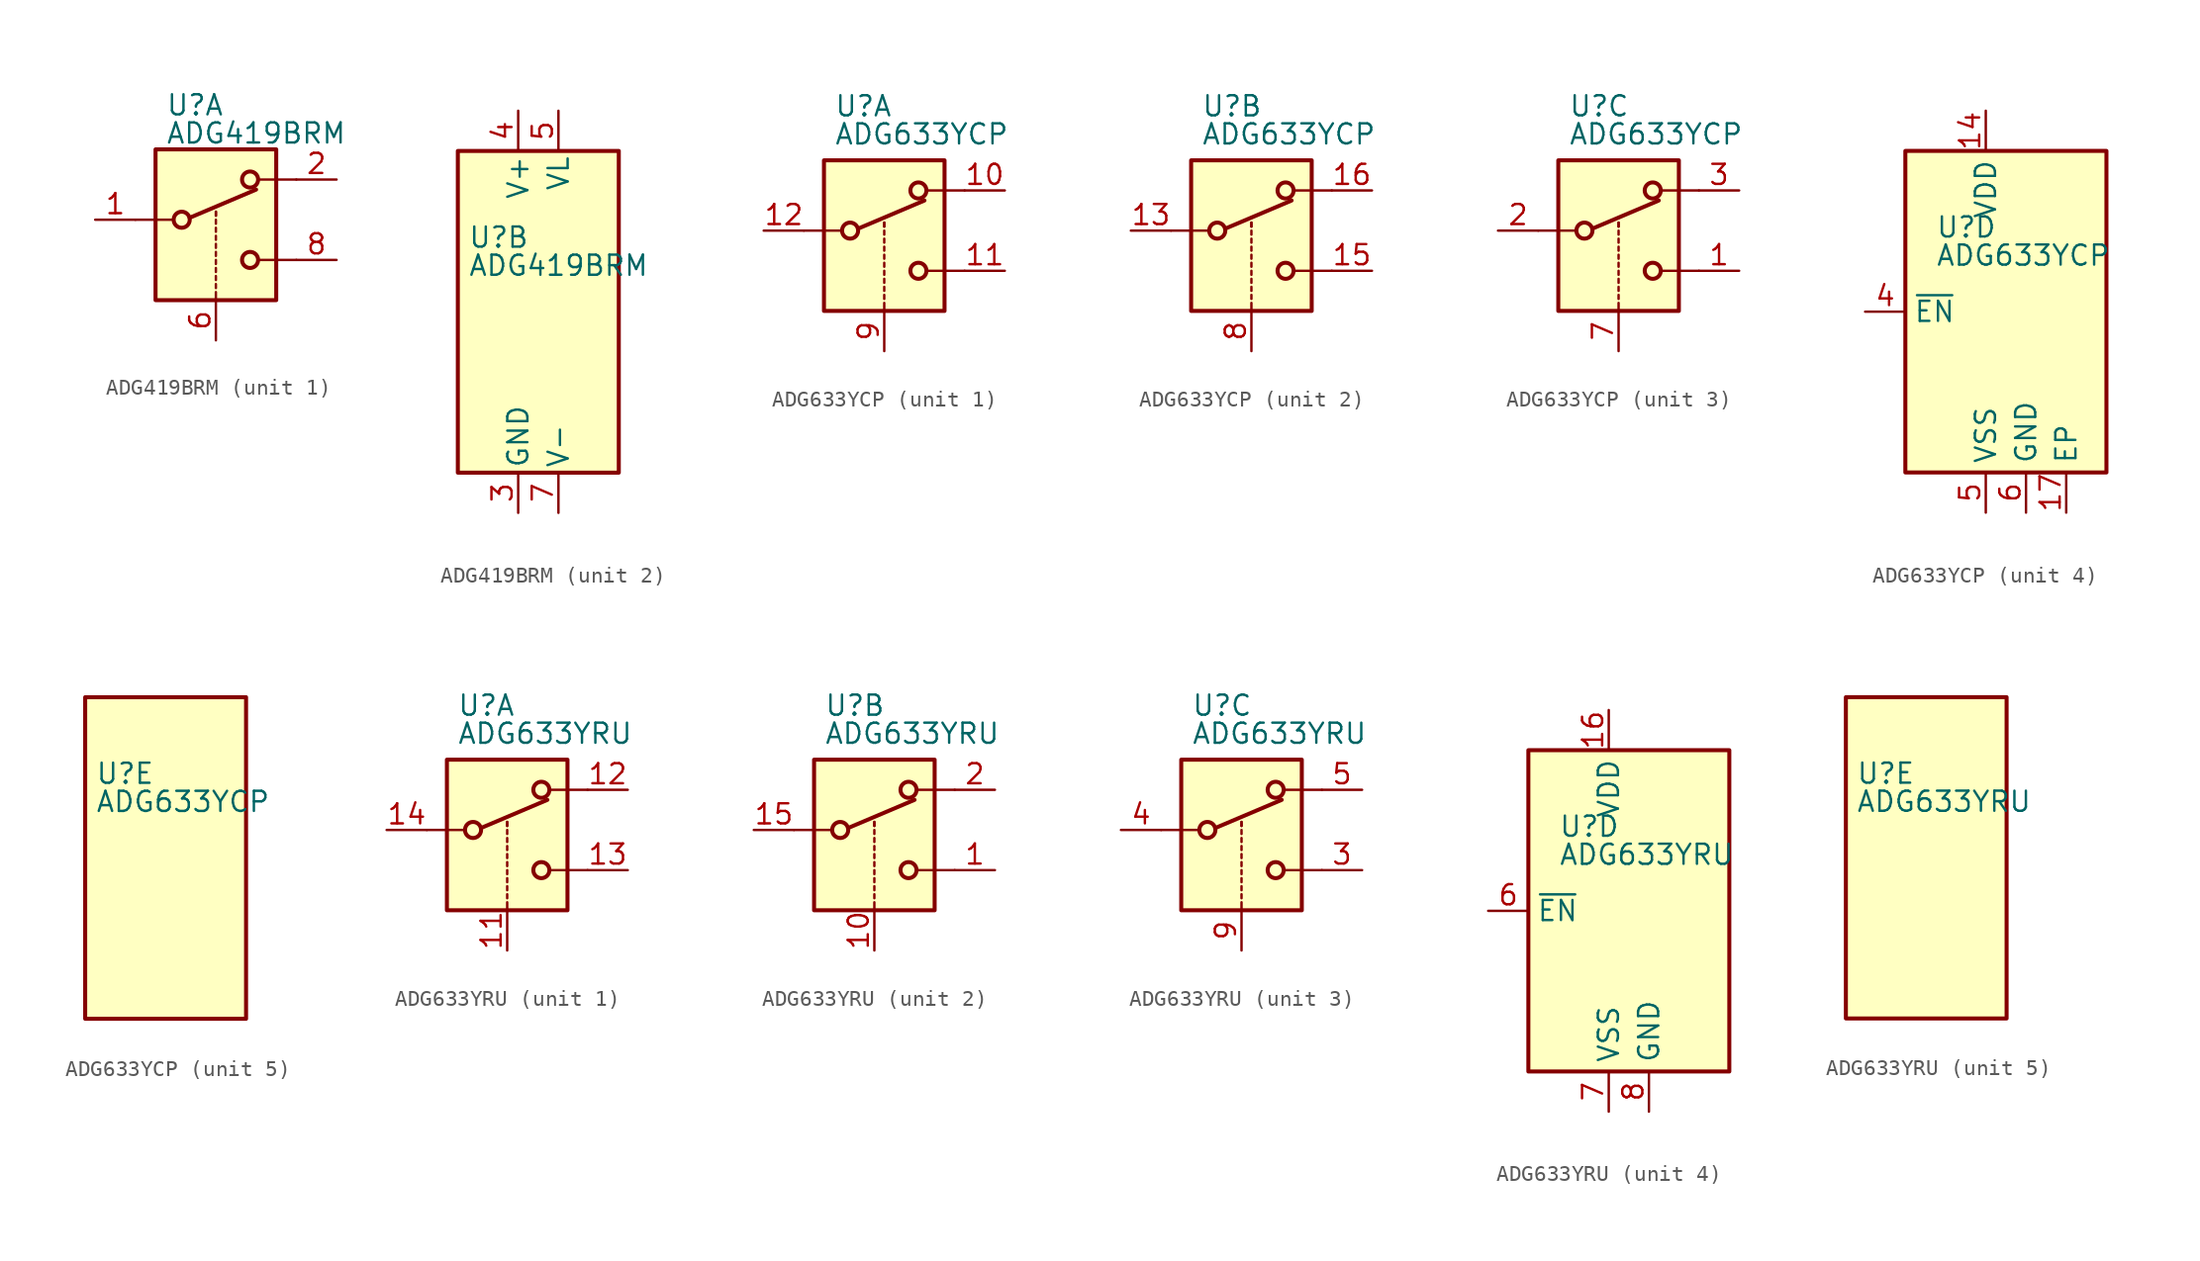
<source format=kicad_sym>
(kicad_symbol_lib
  (version 20201005)
  (generator kicad_symbol_editor)
  (symbol "Analog_Switch:ADG419BRM"
    (pin_names
      (offset 0.254))
    (property "Reference" "U"
      (at -3.175 4.699 0)
      (effects (font (size 1.27 1.27)) (justify left)))
    (property "Value" "ADG419BRM"
      (at -3.175 2.921 0)
      (effects (font (size 1.27 1.27)) (justify left)))
    (symbol "ADG419BRM_1_1"
      (circle (center -2.159 -2.54) (radius 0.508) (stroke (width 0.254)) (fill (type none)))
      (circle (center 2.159 -5.08) (radius 0.508) (stroke (width 0.254)) (fill (type none)))
      (circle (center 2.159 0) (radius 0.508) (stroke (width 0.254)) (fill (type none)))
      (rectangle (start -3.81 1.905) (end 3.81 -7.62) (stroke (width 0.254)) (fill (type background)))
      (polyline (pts (xy -5.08 -2.54) (xy -2.794 -2.54)) (stroke (width 0)) (fill (type none)))
      (polyline (pts (xy -1.651 -2.413) (xy 2.54 -0.635)) (stroke (width 0.254)) (fill (type none)))
      (polyline (pts (xy 0 -7.62) (xy 0 -7.112)) (stroke (width 0)) (fill (type none)))
      (polyline (pts (xy 0 -6.858) (xy 0 -6.604)) (stroke (width 0)) (fill (type none)))
      (polyline (pts (xy 0 -6.35) (xy 0 -6.096)) (stroke (width 0)) (fill (type none)))
      (polyline (pts (xy 0 -5.842) (xy 0 -5.588)) (stroke (width 0)) (fill (type none)))
      (polyline (pts (xy 0 -5.334) (xy 0 -5.08)) (stroke (width 0)) (fill (type none)))
      (polyline (pts (xy 0 -4.826) (xy 0 -4.572)) (stroke (width 0)) (fill (type none)))
      (polyline (pts (xy 0 -4.318) (xy 0 -4.064)) (stroke (width 0)) (fill (type none)))
      (polyline (pts (xy 0 -3.81) (xy 0 -3.556)) (stroke (width 0)) (fill (type none)))
      (polyline (pts (xy 0 -3.302) (xy 0 -3.048)) (stroke (width 0)) (fill (type none)))
      (polyline (pts (xy 0 -2.794) (xy 0 -2.54)) (stroke (width 0)) (fill (type none)))
      (polyline (pts (xy 0 -2.286) (xy 0 -2.032)) (stroke (width 0)) (fill (type none)))
      (polyline (pts (xy 0 -2.286) (xy 0 -2.032)) (stroke (width 0)) (fill (type none)))
      (polyline (pts (xy 5.08 -5.08) (xy 2.794 -5.08)) (stroke (width 0)) (fill (type none)))
      (polyline (pts (xy 5.08 0) (xy 2.794 0)) (stroke (width 0)) (fill (type none)))
      (pin passive line (at -7.62 -2.54 0) (length 2.54) (name "~" (effects (font (size 1.27 1.27)))) (number "1" (effects (font (size 1.27 1.27)))))
      (pin passive line (at 7.62 0 180) (length 2.54) (name "~" (effects (font (size 1.27 1.27)))) (number "2" (effects (font (size 1.27 1.27)))))
      (pin input line (at 0 -10.16 90) (length 2.54) (name "~" (effects (font (size 1.27 1.27)))) (number "6" (effects (font (size 1.27 1.27)))))
      (pin passive line (at 7.62 -5.08 180) (length 2.54) (name "~" (effects (font (size 1.27 1.27)))) (number "8" (effects (font (size 1.27 1.27))))))
    (symbol "ADG419BRM_2_0"
      (pin power_in line (at 0 -12.7 90) (length 2.54) (name "GND" (effects (font (size 1.27 1.27)))) (number "3" (effects (font (size 1.27 1.27)))))
      (pin power_in line (at 0 12.7 270) (length 2.54) (name "V+" (effects (font (size 1.27 1.27)))) (number "4" (effects (font (size 1.27 1.27)))))
      (pin power_in line (at 2.54 12.7 270) (length 2.54) (name "VL" (effects (font (size 1.27 1.27)))) (number "5" (effects (font (size 1.27 1.27)))))
      (pin power_in line (at 2.54 -12.7 90) (length 2.54) (name "V-" (effects (font (size 1.27 1.27)))) (number "7" (effects (font (size 1.27 1.27))))))
    (symbol "ADG419BRM_2_1"
      (rectangle (start -3.81 10.16) (end 6.35 -10.16) (stroke (width 0.254)) (fill (type background)))))
  (symbol "Analog_Switch:ADG633YCP"
    (property "Reference" "U"
      (at -3.175 5.334 0)
      (effects (font (size 1.27 1.27)) (justify left)))
    (property "Value" "ADG633YCP"
      (at -3.175 3.556 0)
      (effects (font (size 1.27 1.27)) (justify left)))
    (symbol "ADG633YCP_1_1"
      (circle (center -2.159 -2.54) (radius 0.508) (stroke (width 0.254)) (fill (type none)))
      (circle (center 2.159 -5.08) (radius 0.508) (stroke (width 0.254)) (fill (type none)))
      (circle (center 2.159 0) (radius 0.508) (stroke (width 0.254)) (fill (type none)))
      (rectangle (start -3.81 1.905) (end 3.81 -7.62) (stroke (width 0.254)) (fill (type background)))
      (polyline (pts (xy -5.08 -2.54) (xy -2.794 -2.54)) (stroke (width 0)) (fill (type none)))
      (polyline (pts (xy -1.651 -2.413) (xy 2.54 -0.635)) (stroke (width 0.254)) (fill (type none)))
      (polyline (pts (xy 0 -7.62) (xy 0 -7.112)) (stroke (width 0)) (fill (type none)))
      (polyline (pts (xy 0 -6.858) (xy 0 -6.604)) (stroke (width 0)) (fill (type none)))
      (polyline (pts (xy 0 -6.35) (xy 0 -6.096)) (stroke (width 0)) (fill (type none)))
      (polyline (pts (xy 0 -5.842) (xy 0 -5.588)) (stroke (width 0)) (fill (type none)))
      (polyline (pts (xy 0 -5.334) (xy 0 -5.08)) (stroke (width 0)) (fill (type none)))
      (polyline (pts (xy 0 -4.826) (xy 0 -4.572)) (stroke (width 0)) (fill (type none)))
      (polyline (pts (xy 0 -4.318) (xy 0 -4.064)) (stroke (width 0)) (fill (type none)))
      (polyline (pts (xy 0 -3.81) (xy 0 -3.556)) (stroke (width 0)) (fill (type none)))
      (polyline (pts (xy 0 -3.302) (xy 0 -3.048)) (stroke (width 0)) (fill (type none)))
      (polyline (pts (xy 0 -2.794) (xy 0 -2.54)) (stroke (width 0)) (fill (type none)))
      (polyline (pts (xy 0 -2.286) (xy 0 -2.032)) (stroke (width 0)) (fill (type none)))
      (polyline (pts (xy 0 -2.286) (xy 0 -2.032)) (stroke (width 0)) (fill (type none)))
      (polyline (pts (xy 5.08 -5.08) (xy 2.794 -5.08)) (stroke (width 0)) (fill (type none)))
      (polyline (pts (xy 5.08 0) (xy 2.794 0)) (stroke (width 0)) (fill (type none)))
      (pin passive line (at 7.62 0 180) (length 2.54) (name "~" (effects (font (size 1.27 1.27)))) (number "10" (effects (font (size 1.27 1.27)))))
      (pin passive line (at 7.62 -5.08 180) (length 2.54) (name "~" (effects (font (size 1.27 1.27)))) (number "11" (effects (font (size 1.27 1.27)))))
      (pin passive line (at -7.62 -2.54 0) (length 2.54) (name "~" (effects (font (size 1.27 1.27)))) (number "12" (effects (font (size 1.27 1.27)))))
      (pin input line (at 0 -10.16 90) (length 2.54) (name "~" (effects (font (size 1.27 1.27)))) (number "9" (effects (font (size 1.27 1.27))))))
    (symbol "ADG633YCP_2_1"
      (circle (center -2.159 -2.54) (radius 0.508) (stroke (width 0.254)) (fill (type none)))
      (circle (center 2.159 -5.08) (radius 0.508) (stroke (width 0.254)) (fill (type none)))
      (circle (center 2.159 0) (radius 0.508) (stroke (width 0.254)) (fill (type none)))
      (rectangle (start -3.81 1.905) (end 3.81 -7.62) (stroke (width 0.254)) (fill (type background)))
      (polyline (pts (xy -5.08 -2.54) (xy -2.794 -2.54)) (stroke (width 0)) (fill (type none)))
      (polyline (pts (xy -1.651 -2.413) (xy 2.54 -0.635)) (stroke (width 0.254)) (fill (type none)))
      (polyline (pts (xy 0 -7.62) (xy 0 -7.112)) (stroke (width 0)) (fill (type none)))
      (polyline (pts (xy 0 -6.858) (xy 0 -6.604)) (stroke (width 0)) (fill (type none)))
      (polyline (pts (xy 0 -6.35) (xy 0 -6.096)) (stroke (width 0)) (fill (type none)))
      (polyline (pts (xy 0 -5.842) (xy 0 -5.588)) (stroke (width 0)) (fill (type none)))
      (polyline (pts (xy 0 -5.334) (xy 0 -5.08)) (stroke (width 0)) (fill (type none)))
      (polyline (pts (xy 0 -4.826) (xy 0 -4.572)) (stroke (width 0)) (fill (type none)))
      (polyline (pts (xy 0 -4.318) (xy 0 -4.064)) (stroke (width 0)) (fill (type none)))
      (polyline (pts (xy 0 -3.81) (xy 0 -3.556)) (stroke (width 0)) (fill (type none)))
      (polyline (pts (xy 0 -3.302) (xy 0 -3.048)) (stroke (width 0)) (fill (type none)))
      (polyline (pts (xy 0 -2.794) (xy 0 -2.54)) (stroke (width 0)) (fill (type none)))
      (polyline (pts (xy 0 -2.286) (xy 0 -2.032)) (stroke (width 0)) (fill (type none)))
      (polyline (pts (xy 0 -2.286) (xy 0 -2.032)) (stroke (width 0)) (fill (type none)))
      (polyline (pts (xy 5.08 -5.08) (xy 2.794 -5.08)) (stroke (width 0)) (fill (type none)))
      (polyline (pts (xy 5.08 0) (xy 2.794 0)) (stroke (width 0)) (fill (type none)))
      (pin passive line (at -7.62 -2.54 0) (length 2.54) (name "~" (effects (font (size 1.27 1.27)))) (number "13" (effects (font (size 1.27 1.27)))))
      (pin passive line (at 7.62 -5.08 180) (length 2.54) (name "~" (effects (font (size 1.27 1.27)))) (number "15" (effects (font (size 1.27 1.27)))))
      (pin passive line (at 7.62 0 180) (length 2.54) (name "~" (effects (font (size 1.27 1.27)))) (number "16" (effects (font (size 1.27 1.27)))))
      (pin input line (at 0 -10.16 90) (length 2.54) (name "~" (effects (font (size 1.27 1.27)))) (number "8" (effects (font (size 1.27 1.27))))))
    (symbol "ADG633YCP_3_1"
      (circle (center -2.159 -2.54) (radius 0.508) (stroke (width 0.254)) (fill (type none)))
      (circle (center 2.159 -5.08) (radius 0.508) (stroke (width 0.254)) (fill (type none)))
      (circle (center 2.159 0) (radius 0.508) (stroke (width 0.254)) (fill (type none)))
      (rectangle (start -3.81 1.905) (end 3.81 -7.62) (stroke (width 0.254)) (fill (type background)))
      (polyline (pts (xy -5.08 -2.54) (xy -2.794 -2.54)) (stroke (width 0)) (fill (type none)))
      (polyline (pts (xy -1.651 -2.413) (xy 2.54 -0.635)) (stroke (width 0.254)) (fill (type none)))
      (polyline (pts (xy 0 -7.62) (xy 0 -7.112)) (stroke (width 0)) (fill (type none)))
      (polyline (pts (xy 0 -6.858) (xy 0 -6.604)) (stroke (width 0)) (fill (type none)))
      (polyline (pts (xy 0 -6.35) (xy 0 -6.096)) (stroke (width 0)) (fill (type none)))
      (polyline (pts (xy 0 -5.842) (xy 0 -5.588)) (stroke (width 0)) (fill (type none)))
      (polyline (pts (xy 0 -5.334) (xy 0 -5.08)) (stroke (width 0)) (fill (type none)))
      (polyline (pts (xy 0 -4.826) (xy 0 -4.572)) (stroke (width 0)) (fill (type none)))
      (polyline (pts (xy 0 -4.318) (xy 0 -4.064)) (stroke (width 0)) (fill (type none)))
      (polyline (pts (xy 0 -3.81) (xy 0 -3.556)) (stroke (width 0)) (fill (type none)))
      (polyline (pts (xy 0 -3.302) (xy 0 -3.048)) (stroke (width 0)) (fill (type none)))
      (polyline (pts (xy 0 -2.794) (xy 0 -2.54)) (stroke (width 0)) (fill (type none)))
      (polyline (pts (xy 0 -2.286) (xy 0 -2.032)) (stroke (width 0)) (fill (type none)))
      (polyline (pts (xy 0 -2.286) (xy 0 -2.032)) (stroke (width 0)) (fill (type none)))
      (polyline (pts (xy 5.08 -5.08) (xy 2.794 -5.08)) (stroke (width 0)) (fill (type none)))
      (polyline (pts (xy 5.08 0) (xy 2.794 0)) (stroke (width 0)) (fill (type none)))
      (pin passive line (at 7.62 -5.08 180) (length 2.54) (name "~" (effects (font (size 1.27 1.27)))) (number "1" (effects (font (size 1.27 1.27)))))
      (pin passive line (at -7.62 -2.54 0) (length 2.54) (name "~" (effects (font (size 1.27 1.27)))) (number "2" (effects (font (size 1.27 1.27)))))
      (pin passive line (at 7.62 0 180) (length 2.54) (name "~" (effects (font (size 1.27 1.27)))) (number "3" (effects (font (size 1.27 1.27)))))
      (pin input line (at 0 -10.16 90) (length 2.54) (name "~" (effects (font (size 1.27 1.27)))) (number "7" (effects (font (size 1.27 1.27))))))
    (symbol "ADG633YCP_4_0"
      (pin power_in line (at 0 12.7 270) (length 2.54) (name "VDD" (effects (font (size 1.27 1.27)))) (number "14" (effects (font (size 1.27 1.27)))))
      (pin power_in line (at 5.08 -12.7 90) (length 2.54) (name "EP" (effects (font (size 1.27 1.27)))) (number "17" (effects (font (size 1.27 1.27)))))
      (pin input line (at -7.62 0 0) (length 2.54) (name "~EN" (effects (font (size 1.27 1.27)))) (number "4" (effects (font (size 1.27 1.27)))))
      (pin power_in line (at 0 -12.7 90) (length 2.54) (name "VSS" (effects (font (size 1.27 1.27)))) (number "5" (effects (font (size 1.27 1.27)))))
      (pin power_in line (at 2.54 -12.7 90) (length 2.54) (name "GND" (effects (font (size 1.27 1.27)))) (number "6" (effects (font (size 1.27 1.27))))))
    (symbol "ADG633YCP_4_1"
      (rectangle (start -5.08 10.16) (end 7.62 -10.16) (stroke (width 0.254)) (fill (type background))))
    (symbol "ADG633YCP_5_1"
      (rectangle (start -3.81 10.16) (end 6.35 -10.16) (stroke (width 0.254)) (fill (type background)))))
  (symbol "Analog_Switch:ADG633YRU"
    (property "Reference" "U"
      (at -3.175 5.334 0)
      (effects (font (size 1.27 1.27)) (justify left)))
    (property "Value" "ADG633YRU"
      (at -3.175 3.556 0)
      (effects (font (size 1.27 1.27)) (justify left)))
    (symbol "ADG633YRU_1_1"
      (circle (center -2.159 -2.54) (radius 0.508) (stroke (width 0.254)) (fill (type none)))
      (circle (center 2.159 -5.08) (radius 0.508) (stroke (width 0.254)) (fill (type none)))
      (circle (center 2.159 0) (radius 0.508) (stroke (width 0.254)) (fill (type none)))
      (rectangle (start -3.81 1.905) (end 3.81 -7.62) (stroke (width 0.254)) (fill (type background)))
      (polyline (pts (xy -5.08 -2.54) (xy -2.794 -2.54)) (stroke (width 0)) (fill (type none)))
      (polyline (pts (xy -1.651 -2.413) (xy 2.54 -0.635)) (stroke (width 0.254)) (fill (type none)))
      (polyline (pts (xy 0 -7.62) (xy 0 -7.112)) (stroke (width 0)) (fill (type none)))
      (polyline (pts (xy 0 -6.858) (xy 0 -6.604)) (stroke (width 0)) (fill (type none)))
      (polyline (pts (xy 0 -6.35) (xy 0 -6.096)) (stroke (width 0)) (fill (type none)))
      (polyline (pts (xy 0 -5.842) (xy 0 -5.588)) (stroke (width 0)) (fill (type none)))
      (polyline (pts (xy 0 -5.334) (xy 0 -5.08)) (stroke (width 0)) (fill (type none)))
      (polyline (pts (xy 0 -4.826) (xy 0 -4.572)) (stroke (width 0)) (fill (type none)))
      (polyline (pts (xy 0 -4.318) (xy 0 -4.064)) (stroke (width 0)) (fill (type none)))
      (polyline (pts (xy 0 -3.81) (xy 0 -3.556)) (stroke (width 0)) (fill (type none)))
      (polyline (pts (xy 0 -3.302) (xy 0 -3.048)) (stroke (width 0)) (fill (type none)))
      (polyline (pts (xy 0 -2.794) (xy 0 -2.54)) (stroke (width 0)) (fill (type none)))
      (polyline (pts (xy 0 -2.286) (xy 0 -2.032)) (stroke (width 0)) (fill (type none)))
      (polyline (pts (xy 0 -2.286) (xy 0 -2.032)) (stroke (width 0)) (fill (type none)))
      (polyline (pts (xy 5.08 -5.08) (xy 2.794 -5.08)) (stroke (width 0)) (fill (type none)))
      (polyline (pts (xy 5.08 0) (xy 2.794 0)) (stroke (width 0)) (fill (type none)))
      (pin input line (at 0 -10.16 90) (length 2.54) (name "~" (effects (font (size 1.27 1.27)))) (number "11" (effects (font (size 1.27 1.27)))))
      (pin passive line (at 7.62 0 180) (length 2.54) (name "~" (effects (font (size 1.27 1.27)))) (number "12" (effects (font (size 1.27 1.27)))))
      (pin passive line (at 7.62 -5.08 180) (length 2.54) (name "~" (effects (font (size 1.27 1.27)))) (number "13" (effects (font (size 1.27 1.27)))))
      (pin passive line (at -7.62 -2.54 0) (length 2.54) (name "~" (effects (font (size 1.27 1.27)))) (number "14" (effects (font (size 1.27 1.27))))))
    (symbol "ADG633YRU_2_1"
      (circle (center -2.159 -2.54) (radius 0.508) (stroke (width 0.254)) (fill (type none)))
      (circle (center 2.159 -5.08) (radius 0.508) (stroke (width 0.254)) (fill (type none)))
      (circle (center 2.159 0) (radius 0.508) (stroke (width 0.254)) (fill (type none)))
      (rectangle (start -3.81 1.905) (end 3.81 -7.62) (stroke (width 0.254)) (fill (type background)))
      (polyline (pts (xy -5.08 -2.54) (xy -2.794 -2.54)) (stroke (width 0)) (fill (type none)))
      (polyline (pts (xy -1.651 -2.413) (xy 2.54 -0.635)) (stroke (width 0.254)) (fill (type none)))
      (polyline (pts (xy 0 -7.62) (xy 0 -7.112)) (stroke (width 0)) (fill (type none)))
      (polyline (pts (xy 0 -6.858) (xy 0 -6.604)) (stroke (width 0)) (fill (type none)))
      (polyline (pts (xy 0 -6.35) (xy 0 -6.096)) (stroke (width 0)) (fill (type none)))
      (polyline (pts (xy 0 -5.842) (xy 0 -5.588)) (stroke (width 0)) (fill (type none)))
      (polyline (pts (xy 0 -5.334) (xy 0 -5.08)) (stroke (width 0)) (fill (type none)))
      (polyline (pts (xy 0 -4.826) (xy 0 -4.572)) (stroke (width 0)) (fill (type none)))
      (polyline (pts (xy 0 -4.318) (xy 0 -4.064)) (stroke (width 0)) (fill (type none)))
      (polyline (pts (xy 0 -3.81) (xy 0 -3.556)) (stroke (width 0)) (fill (type none)))
      (polyline (pts (xy 0 -3.302) (xy 0 -3.048)) (stroke (width 0)) (fill (type none)))
      (polyline (pts (xy 0 -2.794) (xy 0 -2.54)) (stroke (width 0)) (fill (type none)))
      (polyline (pts (xy 0 -2.286) (xy 0 -2.032)) (stroke (width 0)) (fill (type none)))
      (polyline (pts (xy 0 -2.286) (xy 0 -2.032)) (stroke (width 0)) (fill (type none)))
      (polyline (pts (xy 5.08 -5.08) (xy 2.794 -5.08)) (stroke (width 0)) (fill (type none)))
      (polyline (pts (xy 5.08 0) (xy 2.794 0)) (stroke (width 0)) (fill (type none)))
      (pin passive line (at 7.62 -5.08 180) (length 2.54) (name "~" (effects (font (size 1.27 1.27)))) (number "1" (effects (font (size 1.27 1.27)))))
      (pin input line (at 0 -10.16 90) (length 2.54) (name "~" (effects (font (size 1.27 1.27)))) (number "10" (effects (font (size 1.27 1.27)))))
      (pin passive line (at -7.62 -2.54 0) (length 2.54) (name "~" (effects (font (size 1.27 1.27)))) (number "15" (effects (font (size 1.27 1.27)))))
      (pin passive line (at 7.62 0 180) (length 2.54) (name "~" (effects (font (size 1.27 1.27)))) (number "2" (effects (font (size 1.27 1.27))))))
    (symbol "ADG633YRU_3_1"
      (circle (center -2.159 -2.54) (radius 0.508) (stroke (width 0.254)) (fill (type none)))
      (circle (center 2.159 -5.08) (radius 0.508) (stroke (width 0.254)) (fill (type none)))
      (circle (center 2.159 0) (radius 0.508) (stroke (width 0.254)) (fill (type none)))
      (rectangle (start -3.81 1.905) (end 3.81 -7.62) (stroke (width 0.254)) (fill (type background)))
      (polyline (pts (xy -5.08 -2.54) (xy -2.794 -2.54)) (stroke (width 0)) (fill (type none)))
      (polyline (pts (xy -1.651 -2.413) (xy 2.54 -0.635)) (stroke (width 0.254)) (fill (type none)))
      (polyline (pts (xy 0 -7.62) (xy 0 -7.112)) (stroke (width 0)) (fill (type none)))
      (polyline (pts (xy 0 -6.858) (xy 0 -6.604)) (stroke (width 0)) (fill (type none)))
      (polyline (pts (xy 0 -6.35) (xy 0 -6.096)) (stroke (width 0)) (fill (type none)))
      (polyline (pts (xy 0 -5.842) (xy 0 -5.588)) (stroke (width 0)) (fill (type none)))
      (polyline (pts (xy 0 -5.334) (xy 0 -5.08)) (stroke (width 0)) (fill (type none)))
      (polyline (pts (xy 0 -4.826) (xy 0 -4.572)) (stroke (width 0)) (fill (type none)))
      (polyline (pts (xy 0 -4.318) (xy 0 -4.064)) (stroke (width 0)) (fill (type none)))
      (polyline (pts (xy 0 -3.81) (xy 0 -3.556)) (stroke (width 0)) (fill (type none)))
      (polyline (pts (xy 0 -3.302) (xy 0 -3.048)) (stroke (width 0)) (fill (type none)))
      (polyline (pts (xy 0 -2.794) (xy 0 -2.54)) (stroke (width 0)) (fill (type none)))
      (polyline (pts (xy 0 -2.286) (xy 0 -2.032)) (stroke (width 0)) (fill (type none)))
      (polyline (pts (xy 0 -2.286) (xy 0 -2.032)) (stroke (width 0)) (fill (type none)))
      (polyline (pts (xy 5.08 -5.08) (xy 2.794 -5.08)) (stroke (width 0)) (fill (type none)))
      (polyline (pts (xy 5.08 0) (xy 2.794 0)) (stroke (width 0)) (fill (type none)))
      (pin passive line (at 7.62 -5.08 180) (length 2.54) (name "~" (effects (font (size 1.27 1.27)))) (number "3" (effects (font (size 1.27 1.27)))))
      (pin passive line (at -7.62 -2.54 0) (length 2.54) (name "~" (effects (font (size 1.27 1.27)))) (number "4" (effects (font (size 1.27 1.27)))))
      (pin passive line (at 7.62 0 180) (length 2.54) (name "~" (effects (font (size 1.27 1.27)))) (number "5" (effects (font (size 1.27 1.27)))))
      (pin input line (at 0 -10.16 90) (length 2.54) (name "~" (effects (font (size 1.27 1.27)))) (number "9" (effects (font (size 1.27 1.27))))))
    (symbol "ADG633YRU_4_0"
      (pin power_in line (at 0 12.7 270) (length 2.54) (name "VDD" (effects (font (size 1.27 1.27)))) (number "16" (effects (font (size 1.27 1.27)))))
      (pin input line (at -7.62 0 0) (length 2.54) (name "~EN" (effects (font (size 1.27 1.27)))) (number "6" (effects (font (size 1.27 1.27)))))
      (pin power_in line (at 0 -12.7 90) (length 2.54) (name "VSS" (effects (font (size 1.27 1.27)))) (number "7" (effects (font (size 1.27 1.27)))))
      (pin power_in line (at 2.54 -12.7 90) (length 2.54) (name "GND" (effects (font (size 1.27 1.27)))) (number "8" (effects (font (size 1.27 1.27))))))
    (symbol "ADG633YRU_4_1"
      (rectangle (start -5.08 10.16) (end 7.62 -10.16) (stroke (width 0.254)) (fill (type background))))
    (symbol "ADG633YRU_5_1"
      (rectangle (start -3.81 10.16) (end 6.35 -10.16) (stroke (width 0.254)) (fill (type background))))))
</source>
